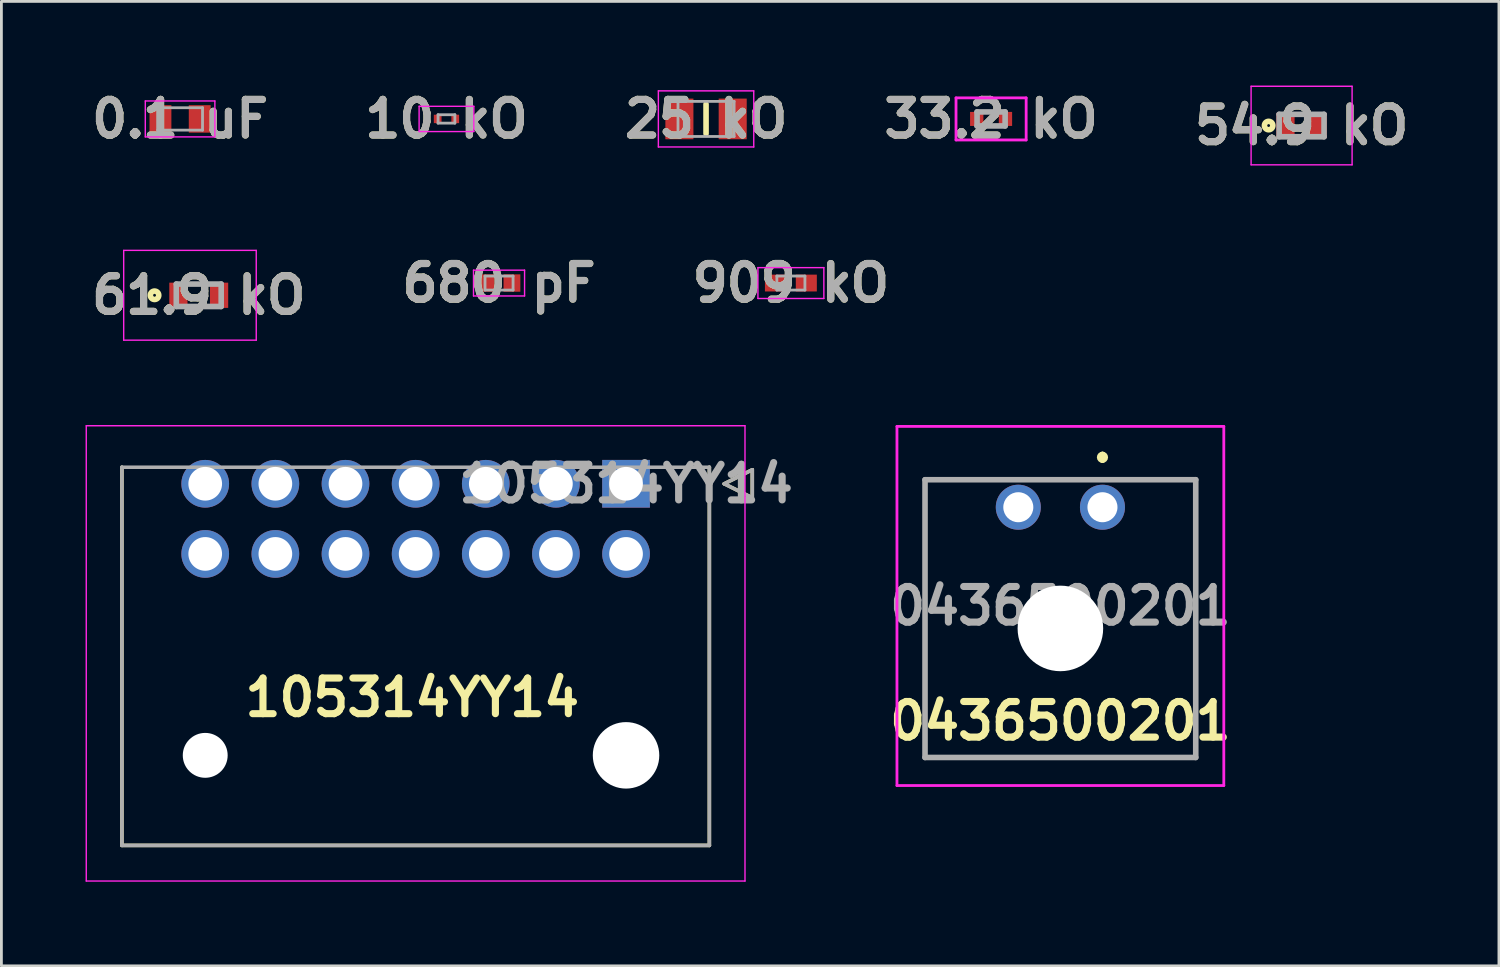
<source format=kicad_pcb>
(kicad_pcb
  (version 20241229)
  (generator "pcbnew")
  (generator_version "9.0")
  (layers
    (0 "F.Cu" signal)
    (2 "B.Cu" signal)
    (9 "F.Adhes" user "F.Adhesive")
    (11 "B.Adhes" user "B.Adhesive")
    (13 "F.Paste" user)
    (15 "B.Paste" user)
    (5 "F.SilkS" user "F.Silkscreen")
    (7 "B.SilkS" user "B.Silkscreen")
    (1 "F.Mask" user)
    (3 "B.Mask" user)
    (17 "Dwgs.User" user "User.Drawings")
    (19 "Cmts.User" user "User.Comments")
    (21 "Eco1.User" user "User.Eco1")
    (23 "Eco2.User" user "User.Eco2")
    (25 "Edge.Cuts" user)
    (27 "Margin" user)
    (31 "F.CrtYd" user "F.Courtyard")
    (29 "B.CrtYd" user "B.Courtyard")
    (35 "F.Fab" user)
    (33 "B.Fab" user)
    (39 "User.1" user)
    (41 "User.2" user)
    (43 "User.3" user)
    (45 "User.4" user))
  (footprint "54.9 kO"
    (layer "F.Cu")
    (at 43.345 1.425)
    (property "Reference" "54.9 kO" (at 0 0 0) (layer "F.SilkS") (effects (font (size 1.27 1.27) (thickness 0.254))))
    (attr smd)
    (fp_circle (center -1.175 0) (end -1.175 0.05) (stroke (width 0.2) (type solid)) (fill no) (layer "F.SilkS"))
    (fp_line (start -1.8 -1.4) (end 1.8 -1.4) (stroke (width 0.05) (type solid)) (layer "F.CrtYd"))
    (fp_line (start -1.8 1.4) (end -1.8 -1.4) (stroke (width 0.05) (type solid)) (layer "F.CrtYd"))
    (fp_line (start 1.8 -1.4) (end 1.8 1.4) (stroke (width 0.05) (type solid)) (layer "F.CrtYd"))
    (fp_line (start 1.8 1.4) (end -1.8 1.4) (stroke (width 0.05) (type solid)) (layer "F.CrtYd"))
    (fp_line (start -0.8 -0.4) (end 0.8 -0.4) (stroke (width 0.2) (type solid)) (layer "F.Fab"))
    (fp_line (start -0.8 0.4) (end -0.8 -0.4) (stroke (width 0.2) (type solid)) (layer "F.Fab"))
    (fp_line (start 0.8 -0.4) (end 0.8 0.4) (stroke (width 0.2) (type solid)) (layer "F.Fab"))
    (fp_line (start 0.8 0.4) (end -0.8 0.4) (stroke (width 0.2) (type solid)) (layer "F.Fab"))
    (fp_text user "${REFERENCE}" (at 0 0 0) (layer "F.Fab") (effects (font (size 1.27 1.27) (thickness 0.254))))
    (pad "1" smd rect (at -0.575 0) (size 0.65 0.9) (layers "F.Cu" "F.Mask" "F.Paste"))
    (pad "2" smd rect (at 0.575 0) (size 0.65 0.9) (layers "F.Cu" "F.Mask" "F.Paste")))
  (footprint "680 pF"
    (layer "F.Cu")
    (at 14.738 7.039)
    (property "Reference" "680 pF" (at 0 0 0) (layer "F.SilkS") (effects (font (size 1.27 1.27) (thickness 0.254))))
    (attr smd)
    (fp_line (start -0.91 -0.46) (end 0.91 -0.46) (stroke (width 0.05) (type solid)) (layer "F.CrtYd"))
    (fp_line (start -0.91 0.46) (end -0.91 -0.46) (stroke (width 0.05) (type solid)) (layer "F.CrtYd"))
    (fp_line (start 0.91 -0.46) (end 0.91 0.46) (stroke (width 0.05) (type solid)) (layer "F.CrtYd"))
    (fp_line (start 0.91 0.46) (end -0.91 0.46) (stroke (width 0.05) (type solid)) (layer "F.CrtYd"))
    (fp_line (start -0.5 -0.25) (end 0.5 -0.25) (stroke (width 0.1) (type solid)) (layer "F.Fab"))
    (fp_line (start -0.5 0.25) (end -0.5 -0.25) (stroke (width 0.1) (type solid)) (layer "F.Fab"))
    (fp_line (start 0.5 -0.25) (end 0.5 0.25) (stroke (width 0.1) (type solid)) (layer "F.Fab"))
    (fp_line (start 0.5 0.25) (end -0.5 0.25) (stroke (width 0.1) (type solid)) (layer "F.Fab"))
    (fp_text user "${REFERENCE}" (at 0 0 0) (layer "F.Fab") (effects (font (size 1.27 1.27) (thickness 0.254))))
    (pad "1" smd rect (at -0.46 0) (size 0.6 0.62) (layers "F.Cu" "F.Mask" "F.Paste"))
    (pad "2" smd rect (at 0.46 0) (size 0.6 0.62) (layers "F.Cu" "F.Mask" "F.Paste")))
  (footprint "25 kO"
    (layer "F.Cu")
    (at 22.117 1.189)
    (property "Reference" "25 kO" (at 0 0 0) (layer "F.SilkS") (effects (font (size 1.27 1.27) (thickness 0.254))))
    (attr smd)
    (fp_line (start 0 -0.525) (end 0 0.525) (stroke (width 0.2) (type solid)) (layer "F.SilkS"))
    (fp_line (start -1.7 -1) (end 1.7 -1) (stroke (width 0.05) (type solid)) (layer "F.CrtYd"))
    (fp_line (start -1.7 1) (end -1.7 -1) (stroke (width 0.05) (type solid)) (layer "F.CrtYd"))
    (fp_line (start 1.7 -1) (end 1.7 1) (stroke (width 0.05) (type solid)) (layer "F.CrtYd"))
    (fp_line (start 1.7 1) (end -1.7 1) (stroke (width 0.05) (type solid)) (layer "F.CrtYd"))
    (fp_line (start -1 -0.625) (end 1 -0.625) (stroke (width 0.1) (type solid)) (layer "F.Fab"))
    (fp_line (start -1 0.625) (end -1 -0.625) (stroke (width 0.1) (type solid)) (layer "F.Fab"))
    (fp_line (start 1 -0.625) (end 1 0.625) (stroke (width 0.1) (type solid)) (layer "F.Fab"))
    (fp_line (start 1 0.625) (end -1 0.625) (stroke (width 0.1) (type solid)) (layer "F.Fab"))
    (fp_text user "${REFERENCE}" (at 0 0 0) (layer "F.Fab") (effects (font (size 1.27 1.27) (thickness 0.254))))
    (pad "1" smd rect (at -0.95 0) (size 1 1.45) (layers "F.Cu" "F.Mask" "F.Paste"))
    (pad "2" smd rect (at 0.95 0) (size 1 1.45) (layers "F.Cu" "F.Mask" "F.Paste")))
  (footprint "909 kO"
    (layer "F.Cu")
    (at 25.141 7.039)
    (property "Reference" "909 kO" (at 0 0 0) (layer "F.SilkS") (effects (font (size 1.27 1.27) (thickness 0.254))))
    (attr smd)
    (fp_line (start -1.175 -0.55) (end 1.175 -0.55) (stroke (width 0.05) (type solid)) (layer "F.CrtYd"))
    (fp_line (start -1.175 0.55) (end -1.175 -0.55) (stroke (width 0.05) (type solid)) (layer "F.CrtYd"))
    (fp_line (start 1.175 -0.55) (end 1.175 0.55) (stroke (width 0.05) (type solid)) (layer "F.CrtYd"))
    (fp_line (start 1.175 0.55) (end -1.175 0.55) (stroke (width 0.05) (type solid)) (layer "F.CrtYd"))
    (fp_line (start -0.5 -0.25) (end 0.5 -0.25) (stroke (width 0.1) (type solid)) (layer "F.Fab"))
    (fp_line (start -0.5 0.25) (end -0.5 -0.25) (stroke (width 0.1) (type solid)) (layer "F.Fab"))
    (fp_line (start 0.5 -0.25) (end 0.5 0.25) (stroke (width 0.1) (type solid)) (layer "F.Fab"))
    (fp_line (start 0.5 0.25) (end -0.5 0.25) (stroke (width 0.1) (type solid)) (layer "F.Fab"))
    (fp_text user "${REFERENCE}" (at 0 0 0) (layer "F.Fab") (effects (font (size 1.27 1.27) (thickness 0.254))))
    (pad "1" smd rect (at -0.55 0 90) (size 0.6 0.75) (layers "F.Cu" "F.Mask" "F.Paste"))
    (pad "2" smd rect (at 0.55 0 90) (size 0.6 0.75) (layers "F.Cu" "F.Mask" "F.Paste")))
  (footprint "61.9 kO"
    (layer "F.Cu")
    (at 4.034 7.475)
    (property "Reference" "61.9 kO" (at 0 0 0) (layer "F.SilkS") (effects (font (size 1.27 1.27) (thickness 0.254))))
    (attr smd)
    (fp_circle (center -1.575 0) (end -1.575 0.05) (stroke (width 0.2) (type solid)) (fill no) (layer "F.SilkS"))
    (fp_line (start -2.675 -1.6) (end 2.05 -1.6) (stroke (width 0.05) (type solid)) (layer "F.CrtYd"))
    (fp_line (start -2.675 1.6) (end -2.675 -1.6) (stroke (width 0.05) (type solid)) (layer "F.CrtYd"))
    (fp_line (start 2.05 -1.6) (end 2.05 1.6) (stroke (width 0.05) (type solid)) (layer "F.CrtYd"))
    (fp_line (start 2.05 1.6) (end -2.675 1.6) (stroke (width 0.05) (type solid)) (layer "F.CrtYd"))
    (fp_line (start -0.8 -0.4) (end 0.8 -0.4) (stroke (width 0.2) (type solid)) (layer "F.Fab"))
    (fp_line (start -0.8 0.4) (end -0.8 -0.4) (stroke (width 0.2) (type solid)) (layer "F.Fab"))
    (fp_line (start 0.8 -0.4) (end 0.8 0.4) (stroke (width 0.2) (type solid)) (layer "F.Fab"))
    (fp_line (start 0.8 0.4) (end -0.8 0.4) (stroke (width 0.2) (type solid)) (layer "F.Fab"))
    (fp_text user "${REFERENCE}" (at 0 0 0) (layer "F.Fab") (effects (font (size 1.27 1.27) (thickness 0.254))))
    (pad "1" smd rect (at -0.725 0) (size 0.65 0.9) (layers "F.Cu" "F.Mask" "F.Paste"))
    (pad "2" smd rect (at 0.725 0) (size 0.65 0.9) (layers "F.Cu" "F.Mask" "F.Paste")))
  (footprint "105314YY14"
    (layer "F.Cu")
    (at 19.265 14.194)
    (property "Reference" "105314YY14" (at -7.62 7.62 0) (layer "F.SilkS") (effects (font (size 1.27 1.27) (thickness 0.254))))
    (attr through_hole)
    (fp_line (start -17.97 12.89) (end -17.97 -0.59) (stroke (width 0.127) (type solid)) (layer "F.SilkS"))
    (fp_line (start 2.97 -0.59) (end 2.97 12.89) (stroke (width 0.127) (type solid)) (layer "F.SilkS"))
    (fp_line (start 2.97 12.89) (end -17.97 12.89) (stroke (width 0.127) (type solid)) (layer "F.SilkS"))
    (fp_line (start 3.5 0) (end 4.5 -0.5) (stroke (width 0.127) (type solid)) (layer "F.SilkS"))
    (fp_line (start 4.5 -0.5) (end 4.5 0.5) (stroke (width 0.127) (type solid)) (layer "F.SilkS"))
    (fp_line (start 4.5 0.5) (end 3.5 0) (stroke (width 0.127) (type solid)) (layer "F.SilkS"))
    (fp_line (start -19.24 -2.069) (end 4.24 -2.069) (stroke (width 0.05) (type solid)) (layer "F.CrtYd"))
    (fp_line (start -19.24 14.16) (end -19.24 -2.069) (stroke (width 0.05) (type solid)) (layer "F.CrtYd"))
    (fp_line (start 4.24 -2.069) (end 4.24 14.16) (stroke (width 0.05) (type solid)) (layer "F.CrtYd"))
    (fp_line (start 4.24 14.16) (end -19.24 14.16) (stroke (width 0.05) (type solid)) (layer "F.CrtYd"))
    (fp_line (start -17.97 -0.59) (end 2.97 -0.59) (stroke (width 0.127) (type solid)) (layer "F.Fab"))
    (fp_line (start -17.97 12.89) (end -17.97 -0.59) (stroke (width 0.127) (type solid)) (layer "F.Fab"))
    (fp_line (start 2.97 -0.59) (end 2.97 12.89) (stroke (width 0.127) (type solid)) (layer "F.Fab"))
    (fp_line (start 2.97 12.89) (end -17.97 12.89) (stroke (width 0.127) (type solid)) (layer "F.Fab"))
    (fp_line (start 3.5 0) (end 4.5 -0.5) (stroke (width 0.127) (type solid)) (layer "F.Fab"))
    (fp_line (start 4.5 -0.5) (end 4.5 0.5) (stroke (width 0.127) (type solid)) (layer "F.Fab"))
    (fp_line (start 4.5 0.5) (end 3.5 0) (stroke (width 0.127) (type solid)) (layer "F.Fab"))
    (fp_text user "${REFERENCE}" (at 0 0 0) (layer "F.Fab") (effects (font (size 1.27 1.27) (thickness 0.254))))
    (pad "" np_thru_hole circle (at -15 9.68) (size 1.6 1.6) (drill 1.6) (layers "*.Cu" "*.Mask"))
    (pad "" np_thru_hole circle (at 0 9.68) (size 2.37 2.37) (drill 2.37) (layers "*.Cu" "*.Mask"))
    (pad "1" thru_hole rect (at 0 0) (size 1.7 1.7) (drill 1.2) (layers "*.Cu" "*.Mask"))
    (pad "2" thru_hole circle (at -2.5 0) (size 1.7 1.7) (drill 1.2) (layers "*.Cu" "*.Mask"))
    (pad "3" thru_hole circle (at -5 0) (size 1.7 1.7) (drill 1.2) (layers "*.Cu" "*.Mask"))
    (pad "4" thru_hole circle (at -7.5 0) (size 1.7 1.7) (drill 1.2) (layers "*.Cu" "*.Mask"))
    (pad "5" thru_hole circle (at -10 0) (size 1.7 1.7) (drill 1.2) (layers "*.Cu" "*.Mask"))
    (pad "6" thru_hole circle (at -12.5 0) (size 1.7 1.7) (drill 1.2) (layers "*.Cu" "*.Mask"))
    (pad "7" thru_hole circle (at -15 0) (size 1.7 1.7) (drill 1.2) (layers "*.Cu" "*.Mask"))
    (pad "8" thru_hole circle (at 0 2.5) (size 1.7 1.7) (drill 1.2) (layers "*.Cu" "*.Mask"))
    (pad "9" thru_hole circle (at -2.5 2.5) (size 1.7 1.7) (drill 1.2) (layers "*.Cu" "*.Mask"))
    (pad "10" thru_hole circle (at -5 2.5) (size 1.7 1.7) (drill 1.2) (layers "*.Cu" "*.Mask"))
    (pad "11" thru_hole circle (at -7.5 2.5) (size 1.7 1.7) (drill 1.2) (layers "*.Cu" "*.Mask"))
    (pad "12" thru_hole circle (at -10 2.5) (size 1.7 1.7) (drill 1.2) (layers "*.Cu" "*.Mask"))
    (pad "13" thru_hole circle (at -12.5 2.5) (size 1.7 1.7) (drill 1.2) (layers "*.Cu" "*.Mask"))
    (pad "14" thru_hole circle (at -15 2.5) (size 1.7 1.7) (drill 1.2) (layers "*.Cu" "*.Mask")))
  (footprint "0.1 uF"
    (layer "F.Cu")
    (at 3.369 1.189)
    (property "Reference" "0.1 uF" (at 0 0 0) (layer "F.SilkS") (effects (font (size 1.27 1.27) (thickness 0.254))))
    (attr smd)
    (fp_line (start -1.24 -0.64) (end 1.24 -0.64) (stroke (width 0.05) (type solid)) (layer "F.CrtYd"))
    (fp_line (start -1.24 0.64) (end -1.24 -0.64) (stroke (width 0.05) (type solid)) (layer "F.CrtYd"))
    (fp_line (start 1.24 -0.64) (end 1.24 0.64) (stroke (width 0.05) (type solid)) (layer "F.CrtYd"))
    (fp_line (start 1.24 0.64) (end -1.24 0.64) (stroke (width 0.05) (type solid)) (layer "F.CrtYd"))
    (fp_line (start -0.8 -0.4) (end 0.8 -0.4) (stroke (width 0.1) (type solid)) (layer "F.Fab"))
    (fp_line (start -0.8 0.4) (end -0.8 -0.4) (stroke (width 0.1) (type solid)) (layer "F.Fab"))
    (fp_line (start 0.8 -0.4) (end 0.8 0.4) (stroke (width 0.1) (type solid)) (layer "F.Fab"))
    (fp_line (start 0.8 0.4) (end -0.8 0.4) (stroke (width 0.1) (type solid)) (layer "F.Fab"))
    (fp_text user "${REFERENCE}" (at 0 0 0) (layer "F.Fab") (effects (font (size 1.27 1.27) (thickness 0.254))))
    (pad "1" smd rect (at -0.7 0) (size 0.78 0.98) (layers "F.Cu" "F.Mask" "F.Paste"))
    (pad "2" smd rect (at 0.7 0) (size 0.78 0.98) (layers "F.Cu" "F.Mask" "F.Paste")))
  (footprint "33.2 kO"
    (layer "F.Cu")
    (at 32.277 1.189)
    (property "Reference" "33.2 kO" (at 0 0 0) (layer "F.SilkS") (effects (font (size 1.27 1.27) (thickness 0.254))))
    (attr smd)
    (fp_line (start -1.25 -0.75) (end 1.25 -0.75) (stroke (width 0.1) (type solid)) (layer "F.CrtYd"))
    (fp_line (start -1.25 0.75) (end -1.25 -0.75) (stroke (width 0.1) (type solid)) (layer "F.CrtYd"))
    (fp_line (start 1.25 -0.75) (end 1.25 0.75) (stroke (width 0.1) (type solid)) (layer "F.CrtYd"))
    (fp_line (start 1.25 0.75) (end -1.25 0.75) (stroke (width 0.1) (type solid)) (layer "F.CrtYd"))
    (fp_line (start -0.5 -0.25) (end 0.5 -0.25) (stroke (width 0.2) (type solid)) (layer "F.Fab"))
    (fp_line (start -0.5 0.25) (end -0.5 -0.25) (stroke (width 0.2) (type solid)) (layer "F.Fab"))
    (fp_line (start 0.5 -0.25) (end 0.5 0.25) (stroke (width 0.2) (type solid)) (layer "F.Fab"))
    (fp_line (start 0.5 0.25) (end -0.5 0.25) (stroke (width 0.2) (type solid)) (layer "F.Fab"))
    (fp_text user "${REFERENCE}" (at 0 0 0) (layer "F.Fab") (effects (font (size 1.27 1.27) (thickness 0.254))))
    (pad "1" smd rect (at -0.512 0) (size 0.475 0.5) (layers "F.Cu" "F.Mask" "F.Paste"))
    (pad "2" smd rect (at 0.512 0) (size 0.475 0.5) (layers "F.Cu" "F.Mask" "F.Paste")))
  (footprint "10 kO"
    (layer "F.Cu")
    (at 12.864 1.189)
    (property "Reference" "10 kO" (at 0 0 0) (layer "F.SilkS") (effects (font (size 1.27 1.27) (thickness 0.254))))
    (attr smd)
    (fp_line (start -0.675 -0.025) (end -0.675 -0.025) (stroke (width 0.05) (type solid)) (layer "F.SilkS"))
    (fp_line (start -0.675 0.025) (end -0.675 0.025) (stroke (width 0.05) (type solid)) (layer "F.SilkS"))
    (fp_arc (start -0.675 -0.025) (mid -0.65 0) (end -0.675 0.025) (stroke (width 0.05) (type solid)) (layer "F.SilkS"))
    (fp_arc (start -0.675 0.025) (mid -0.7 0) (end -0.675 -0.025) (stroke (width 0.05) (type solid)) (layer "F.SilkS"))
    (fp_line (start -0.975 -0.45) (end 0.975 -0.45) (stroke (width 0.05) (type solid)) (layer "F.CrtYd"))
    (fp_line (start -0.975 0.45) (end -0.975 -0.45) (stroke (width 0.05) (type solid)) (layer "F.CrtYd"))
    (fp_line (start 0.975 -0.45) (end 0.975 0.45) (stroke (width 0.05) (type solid)) (layer "F.CrtYd"))
    (fp_line (start 0.975 0.45) (end -0.975 0.45) (stroke (width 0.05) (type solid)) (layer "F.CrtYd"))
    (fp_line (start -0.3 -0.15) (end 0.3 -0.15) (stroke (width 0.1) (type solid)) (layer "F.Fab"))
    (fp_line (start -0.3 0.15) (end -0.3 -0.15) (stroke (width 0.1) (type solid)) (layer "F.Fab"))
    (fp_line (start 0.3 -0.15) (end 0.3 0.15) (stroke (width 0.1) (type solid)) (layer "F.Fab"))
    (fp_line (start 0.3 0.15) (end -0.3 0.15) (stroke (width 0.1) (type solid)) (layer "F.Fab"))
    (fp_text user "${REFERENCE}" (at 0 0 0) (layer "F.Fab") (effects (font (size 1.27 1.27) (thickness 0.254))))
    (pad "1" smd rect (at -0.313 0) (size 0.275 0.3) (layers "F.Cu" "F.Mask" "F.Paste"))
    (pad "2" smd rect (at 0.313 0) (size 0.275 0.3) (layers "F.Cu" "F.Mask" "F.Paste")))
  (footprint "0436500201"
    (layer "F.Cu")
    (at 36.247 15.03)
    (property "Reference" "0436500201" (at -1.5 7.62 0) (layer "F.SilkS") (effects (font (size 1.27 1.27) (thickness 0.254))))
    (attr through_hole)
    (fp_line (start -6.325 -0.98) (end 3.325 -0.98) (stroke (width 0.1) (type solid)) (layer "F.SilkS"))
    (fp_line (start -6.325 8.92) (end -6.325 -0.98) (stroke (width 0.1) (type solid)) (layer "F.SilkS"))
    (fp_line (start 0 -1.88) (end 0 -1.88) (stroke (width 0.2) (type solid)) (layer "F.SilkS"))
    (fp_line (start 0 -1.68) (end 0 -1.68) (stroke (width 0.2) (type solid)) (layer "F.SilkS"))
    (fp_line (start 3.325 -0.98) (end 3.325 8.92) (stroke (width 0.1) (type solid)) (layer "F.SilkS"))
    (fp_line (start 3.325 8.92) (end -6.325 8.92) (stroke (width 0.1) (type solid)) (layer "F.SilkS"))
    (fp_arc (start 0 -1.88) (mid 0.1 -1.78) (end 0 -1.68) (stroke (width 0.2) (type solid)) (layer "F.SilkS"))
    (fp_arc (start 0 -1.68) (mid -0.1 -1.78) (end 0 -1.88) (stroke (width 0.2) (type solid)) (layer "F.SilkS"))
    (fp_line (start -7.325 -2.88) (end 4.325 -2.88) (stroke (width 0.1) (type solid)) (layer "F.CrtYd"))
    (fp_line (start -7.325 9.92) (end -7.325 -2.88) (stroke (width 0.1) (type solid)) (layer "F.CrtYd"))
    (fp_line (start 4.325 -2.88) (end 4.325 9.92) (stroke (width 0.1) (type solid)) (layer "F.CrtYd"))
    (fp_line (start 4.325 9.92) (end -7.325 9.92) (stroke (width 0.1) (type solid)) (layer "F.CrtYd"))
    (fp_line (start -6.325 -0.98) (end 3.325 -0.98) (stroke (width 0.2) (type solid)) (layer "F.Fab"))
    (fp_line (start -6.325 8.92) (end -6.325 -0.98) (stroke (width 0.2) (type solid)) (layer "F.Fab"))
    (fp_line (start 3.325 -0.98) (end 3.325 8.92) (stroke (width 0.2) (type solid)) (layer "F.Fab"))
    (fp_line (start 3.325 8.92) (end -6.325 8.92) (stroke (width 0.2) (type solid)) (layer "F.Fab"))
    (fp_text user "${REFERENCE}" (at -1.5 3.52 0) (layer "F.Fab") (effects (font (size 1.27 1.27) (thickness 0.254))))
    (pad "" np_thru_hole circle (at -1.5 4.32) (size 3.05 3.05) (drill 3.05) (layers "*.Cu" "*.Mask"))
    (pad "1" thru_hole circle (at 0 0) (size 1.605 1.605) (drill 1.07) (layers "*.Cu" "*.Mask"))
    (pad "2" thru_hole circle (at -3 0) (size 1.605 1.605) (drill 1.07) (layers "*.Cu" "*.Mask")))
  (gr_rect
    (start -3 -3)
    (end 50.379 31.379)
    (stroke (width 0.1) (type default))
    (fill no)
    (layer "Edge.Cuts")))
</source>
